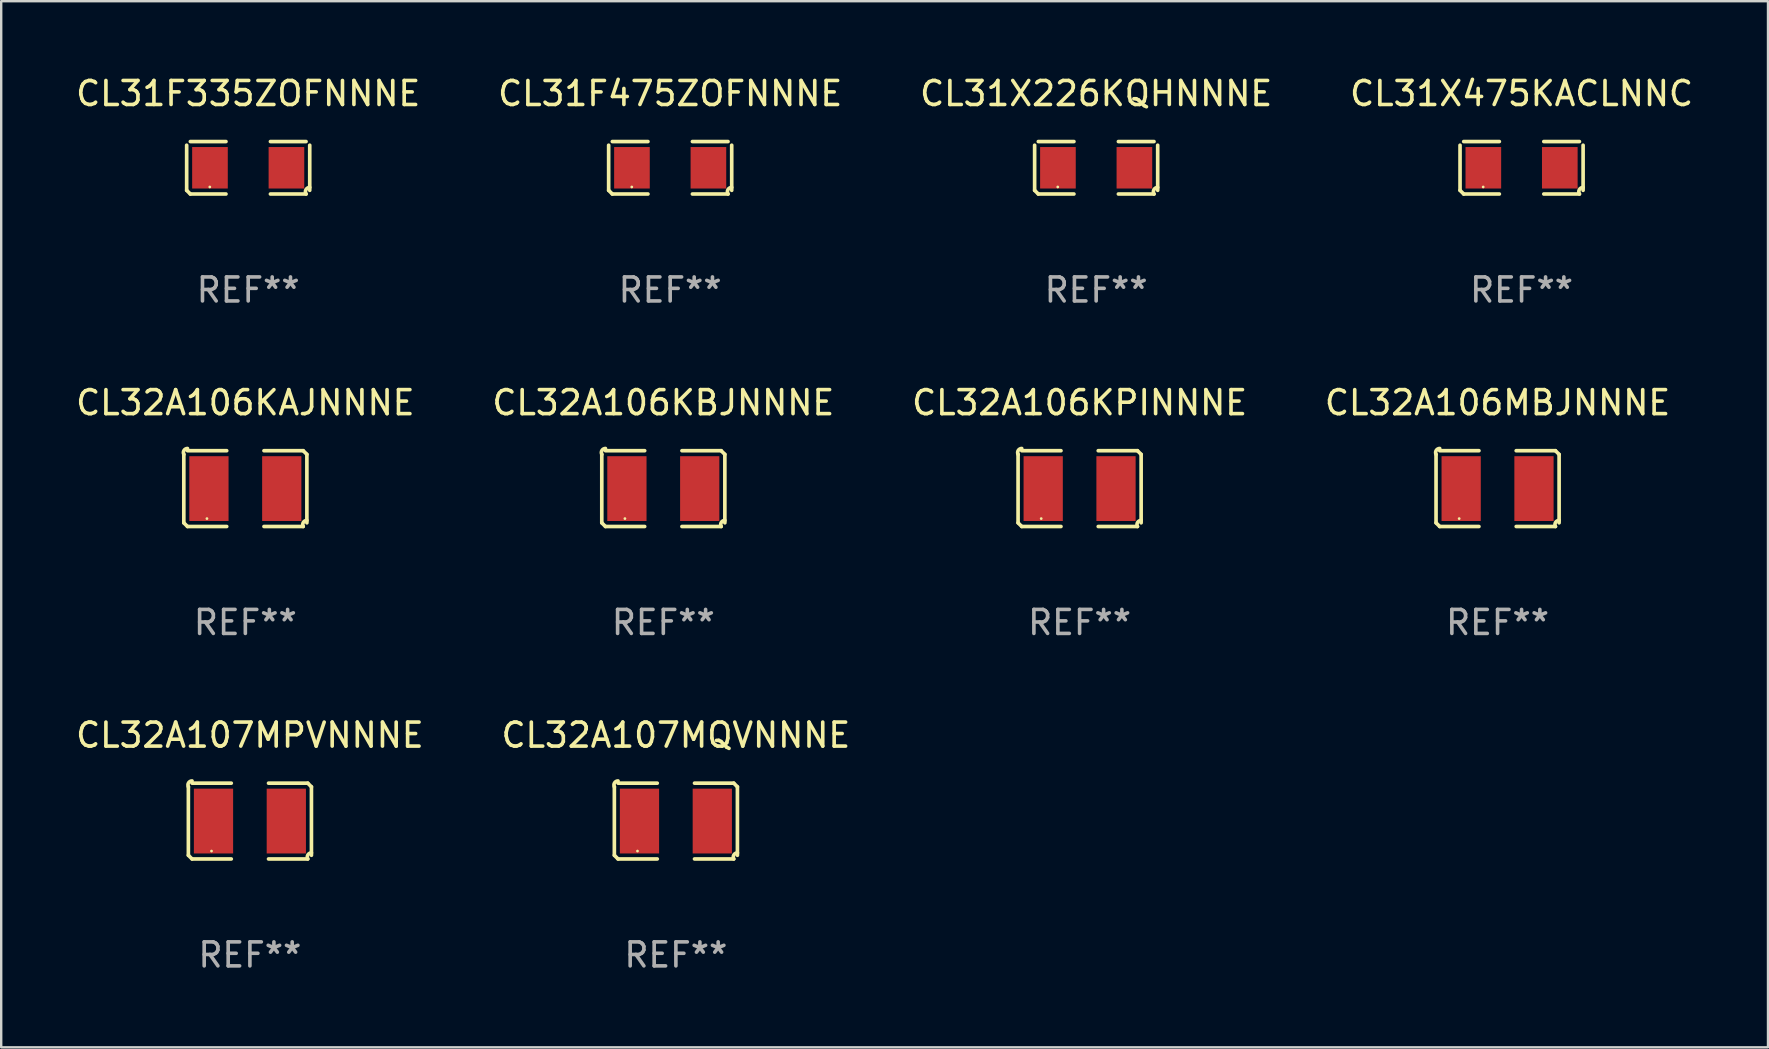
<source format=kicad_pcb>
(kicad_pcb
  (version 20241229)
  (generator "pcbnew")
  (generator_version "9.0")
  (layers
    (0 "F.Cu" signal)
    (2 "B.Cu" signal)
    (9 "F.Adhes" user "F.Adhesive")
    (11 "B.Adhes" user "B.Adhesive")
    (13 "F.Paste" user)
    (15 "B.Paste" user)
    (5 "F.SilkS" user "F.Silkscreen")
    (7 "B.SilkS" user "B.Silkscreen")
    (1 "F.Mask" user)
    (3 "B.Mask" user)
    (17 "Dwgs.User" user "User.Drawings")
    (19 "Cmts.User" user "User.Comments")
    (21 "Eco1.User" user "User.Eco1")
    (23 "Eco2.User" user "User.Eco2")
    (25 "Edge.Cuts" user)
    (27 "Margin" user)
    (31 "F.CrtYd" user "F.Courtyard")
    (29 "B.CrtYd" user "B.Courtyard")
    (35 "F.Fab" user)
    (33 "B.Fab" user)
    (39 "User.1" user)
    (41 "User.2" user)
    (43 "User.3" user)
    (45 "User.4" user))
  (footprint "CL31F475ZOFNNNE"
    (layer "F.Cu")
    (at 24.875 3.941)
    (property "Reference" "CL31F475ZOFNNNE" (at 0 -3.093 0) (layer "F.SilkS") (effects (font (size 1 1) (thickness 0.15))))
    (attr through_hole)
    (fp_line (start -2.564 0.94) (end -2.564 -0.94) (stroke (width 0.152) (type solid)) (layer "F.SilkS"))
    (fp_line (start -2.411 -1.093) (end -0.926 -1.093) (stroke (width 0.152) (type solid)) (layer "F.SilkS"))
    (fp_line (start -0.926 1.093) (end -2.411 1.093) (stroke (width 0.152) (type solid)) (layer "F.SilkS"))
    (fp_line (start 0.926 1.093) (end 2.411 1.093) (stroke (width 0.152) (type solid)) (layer "F.SilkS"))
    (fp_line (start 2.411 -1.093) (end 0.926 -1.093) (stroke (width 0.152) (type solid)) (layer "F.SilkS"))
    (fp_line (start 2.564 0.94) (end 2.564 -0.94) (stroke (width 0.152) (type solid)) (layer "F.SilkS"))
    (fp_arc (start -2.411201 1.092609) (mid -2.487413 1.01642) (end -2.563602 0.940208) (stroke (width 0.1524) (type solid)) (layer "F.SilkS"))
    (fp_arc (start 2.411201 1.092609) (mid 2.407159 0.911226) (end 2.563602 0.819347) (stroke (width 0.1524) (type solid)) (layer "F.SilkS"))
    (fp_circle (center -1.6 0.8) (end -1.57 0.8) (stroke (width 0.06) (type solid)) (fill no) (layer "F.SilkS"))
    (fp_text user "REF**" (at 0 5.093 0) (layer "F.Fab") (effects (font (size 1 1) (thickness 0.15))))
    (pad "1" smd rect (at -1.593 0) (size 1.485 1.728) (layers "F.Cu" "F.Mask" "F.Paste"))
    (pad "2" smd rect (at 1.593 0) (size 1.485 1.728) (layers "F.Cu" "F.Mask" "F.Paste")))
  (footprint "CL31X226KQHNNNE"
    (layer "F.Cu")
    (at 42.625 3.941)
    (property "Reference" "CL31X226KQHNNNE" (at 0 -3.093 0) (layer "F.SilkS") (effects (font (size 1 1) (thickness 0.15))))
    (attr through_hole)
    (fp_line (start -2.564 0.94) (end -2.564 -0.94) (stroke (width 0.152) (type solid)) (layer "F.SilkS"))
    (fp_line (start -2.411 -1.093) (end -0.926 -1.093) (stroke (width 0.152) (type solid)) (layer "F.SilkS"))
    (fp_line (start -0.926 1.093) (end -2.411 1.093) (stroke (width 0.152) (type solid)) (layer "F.SilkS"))
    (fp_line (start 0.926 1.093) (end 2.411 1.093) (stroke (width 0.152) (type solid)) (layer "F.SilkS"))
    (fp_line (start 2.411 -1.093) (end 0.926 -1.093) (stroke (width 0.152) (type solid)) (layer "F.SilkS"))
    (fp_line (start 2.564 0.94) (end 2.564 -0.94) (stroke (width 0.152) (type solid)) (layer "F.SilkS"))
    (fp_arc (start -2.411201 1.092609) (mid -2.487413 1.01642) (end -2.563602 0.940208) (stroke (width 0.1524) (type solid)) (layer "F.SilkS"))
    (fp_arc (start 2.411201 1.092609) (mid 2.407159 0.911226) (end 2.563602 0.819347) (stroke (width 0.1524) (type solid)) (layer "F.SilkS"))
    (fp_circle (center -1.6 0.8) (end -1.57 0.8) (stroke (width 0.06) (type solid)) (fill no) (layer "F.SilkS"))
    (fp_text user "REF**" (at 0 5.093 0) (layer "F.Fab") (effects (font (size 1 1) (thickness 0.15))))
    (pad "1" smd rect (at -1.593 0) (size 1.485 1.728) (layers "F.Cu" "F.Mask" "F.Paste"))
    (pad "2" smd rect (at 1.593 0) (size 1.485 1.728) (layers "F.Cu" "F.Mask" "F.Paste")))
  (footprint "CL32A106MBJNNNE"
    (layer "F.Cu")
    (at 59.351 17.309)
    (property "Reference" "CL32A106MBJNNNE" (at 0 -3.579 0) (layer "F.SilkS") (effects (font (size 1 1) (thickness 0.15))))
    (attr through_hole)
    (fp_line (start -2.564 1.426) (end -2.564 -1.426) (stroke (width 0.152) (type solid)) (layer "F.SilkS"))
    (fp_line (start -2.411 -1.579) (end -0.776 -1.579) (stroke (width 0.152) (type solid)) (layer "F.SilkS"))
    (fp_line (start -0.776 1.579) (end -2.411 1.579) (stroke (width 0.152) (type solid)) (layer "F.SilkS"))
    (fp_line (start 0.776 1.579) (end 2.411 1.579) (stroke (width 0.152) (type solid)) (layer "F.SilkS"))
    (fp_line (start 2.411 -1.579) (end 0.776 -1.579) (stroke (width 0.152) (type solid)) (layer "F.SilkS"))
    (fp_line (start 2.564 1.426) (end 2.564 -1.426) (stroke (width 0.152) (type solid)) (layer "F.SilkS"))
    (fp_arc (start -2.563602 -1.426213) (mid -2.555597 -1.591233) (end -2.411201 -1.671518) (stroke (width 0.1524) (type solid)) (layer "F.SilkS"))
    (fp_arc (start -2.5636 1.426214) (mid -2.487389 1.502402) (end -2.411201 1.578613) (stroke (width 0.1524) (type solid)) (layer "F.SilkS"))
    (fp_arc (start 2.411197 -1.578618) (mid 2.487403 -1.502419) (end 2.563602 -1.426213) (stroke (width 0.1524) (type solid)) (layer "F.SilkS"))
    (fp_arc (start 2.411201 1.578613) (mid 2.416214 1.409455) (end 2.563602 1.32629) (stroke (width 0.1524) (type solid)) (layer "F.SilkS"))
    (fp_circle (center -1.6 1.25) (end -1.57 1.25) (stroke (width 0.06) (type solid)) (fill no) (layer "F.SilkS"))
    (fp_text user "REF**" (at 0 5.579 0) (layer "F.Fab") (effects (font (size 1 1) (thickness 0.15))))
    (pad "1" smd rect (at -1.517 0) (size 1.635 2.7) (layers "F.Cu" "F.Mask" "F.Paste"))
    (pad "2" smd rect (at 1.517 0) (size 1.635 2.7) (layers "F.Cu" "F.Mask" "F.Paste")))
  (footprint "CL32A107MQVNNNE"
    (layer "F.Cu")
    (at 25.113 31.162)
    (property "Reference" "CL32A107MQVNNNE" (at 0 -3.579 0) (layer "F.SilkS") (effects (font (size 1 1) (thickness 0.15))))
    (attr through_hole)
    (fp_line (start -2.564 1.426) (end -2.564 -1.426) (stroke (width 0.152) (type solid)) (layer "F.SilkS"))
    (fp_line (start -2.411 -1.579) (end -0.776 -1.579) (stroke (width 0.152) (type solid)) (layer "F.SilkS"))
    (fp_line (start -0.776 1.579) (end -2.411 1.579) (stroke (width 0.152) (type solid)) (layer "F.SilkS"))
    (fp_line (start 0.776 1.579) (end 2.411 1.579) (stroke (width 0.152) (type solid)) (layer "F.SilkS"))
    (fp_line (start 2.411 -1.579) (end 0.776 -1.579) (stroke (width 0.152) (type solid)) (layer "F.SilkS"))
    (fp_line (start 2.564 1.426) (end 2.564 -1.426) (stroke (width 0.152) (type solid)) (layer "F.SilkS"))
    (fp_arc (start -2.563602 -1.426213) (mid -2.555597 -1.591233) (end -2.411201 -1.671518) (stroke (width 0.1524) (type solid)) (layer "F.SilkS"))
    (fp_arc (start -2.5636 1.426214) (mid -2.487389 1.502402) (end -2.411201 1.578613) (stroke (width 0.1524) (type solid)) (layer "F.SilkS"))
    (fp_arc (start 2.411197 -1.578618) (mid 2.487403 -1.502419) (end 2.563602 -1.426213) (stroke (width 0.1524) (type solid)) (layer "F.SilkS"))
    (fp_arc (start 2.411201 1.578613) (mid 2.416214 1.409455) (end 2.563602 1.32629) (stroke (width 0.1524) (type solid)) (layer "F.SilkS"))
    (fp_circle (center -1.6 1.25) (end -1.57 1.25) (stroke (width 0.06) (type solid)) (fill no) (layer "F.SilkS"))
    (fp_text user "REF**" (at 0 5.579 0) (layer "F.Fab") (effects (font (size 1 1) (thickness 0.15))))
    (pad "1" smd rect (at -1.517 0) (size 1.635 2.7) (layers "F.Cu" "F.Mask" "F.Paste"))
    (pad "2" smd rect (at 1.517 0) (size 1.635 2.7) (layers "F.Cu" "F.Mask" "F.Paste")))
  (footprint "CL31F335ZOFNNNE"
    (layer "F.Cu")
    (at 7.292 3.941)
    (property "Reference" "CL31F335ZOFNNNE" (at 0 -3.093 0) (layer "F.SilkS") (effects (font (size 1 1) (thickness 0.15))))
    (attr through_hole)
    (fp_line (start -2.564 0.94) (end -2.564 -0.94) (stroke (width 0.152) (type solid)) (layer "F.SilkS"))
    (fp_line (start -2.411 -1.093) (end -0.926 -1.093) (stroke (width 0.152) (type solid)) (layer "F.SilkS"))
    (fp_line (start -0.926 1.093) (end -2.411 1.093) (stroke (width 0.152) (type solid)) (layer "F.SilkS"))
    (fp_line (start 0.926 1.093) (end 2.411 1.093) (stroke (width 0.152) (type solid)) (layer "F.SilkS"))
    (fp_line (start 2.411 -1.093) (end 0.926 -1.093) (stroke (width 0.152) (type solid)) (layer "F.SilkS"))
    (fp_line (start 2.564 0.94) (end 2.564 -0.94) (stroke (width 0.152) (type solid)) (layer "F.SilkS"))
    (fp_arc (start -2.411201 1.092609) (mid -2.487413 1.01642) (end -2.563602 0.940208) (stroke (width 0.1524) (type solid)) (layer "F.SilkS"))
    (fp_arc (start 2.411201 1.092609) (mid 2.407159 0.911226) (end 2.563602 0.819347) (stroke (width 0.1524) (type solid)) (layer "F.SilkS"))
    (fp_circle (center -1.6 0.8) (end -1.57 0.8) (stroke (width 0.06) (type solid)) (fill no) (layer "F.SilkS"))
    (fp_text user "REF**" (at 0 5.093 0) (layer "F.Fab") (effects (font (size 1 1) (thickness 0.15))))
    (pad "1" smd rect (at -1.593 0) (size 1.485 1.728) (layers "F.Cu" "F.Mask" "F.Paste"))
    (pad "2" smd rect (at 1.593 0) (size 1.485 1.728) (layers "F.Cu" "F.Mask" "F.Paste")))
  (footprint "CL31X475KACLNNC"
    (layer "F.Cu")
    (at 60.351 3.941)
    (property "Reference" "CL31X475KACLNNC" (at 0 -3.093 0) (layer "F.SilkS") (effects (font (size 1 1) (thickness 0.15))))
    (attr through_hole)
    (fp_line (start -2.564 0.94) (end -2.564 -0.94) (stroke (width 0.152) (type solid)) (layer "F.SilkS"))
    (fp_line (start -2.411 -1.093) (end -0.926 -1.093) (stroke (width 0.152) (type solid)) (layer "F.SilkS"))
    (fp_line (start -0.926 1.093) (end -2.411 1.093) (stroke (width 0.152) (type solid)) (layer "F.SilkS"))
    (fp_line (start 0.926 1.093) (end 2.411 1.093) (stroke (width 0.152) (type solid)) (layer "F.SilkS"))
    (fp_line (start 2.411 -1.093) (end 0.926 -1.093) (stroke (width 0.152) (type solid)) (layer "F.SilkS"))
    (fp_line (start 2.564 0.94) (end 2.564 -0.94) (stroke (width 0.152) (type solid)) (layer "F.SilkS"))
    (fp_arc (start -2.411201 1.092609) (mid -2.487413 1.01642) (end -2.563602 0.940208) (stroke (width 0.1524) (type solid)) (layer "F.SilkS"))
    (fp_arc (start 2.411201 1.092609) (mid 2.407159 0.911226) (end 2.563602 0.819347) (stroke (width 0.1524) (type solid)) (layer "F.SilkS"))
    (fp_circle (center -1.6 0.8) (end -1.57 0.8) (stroke (width 0.06) (type solid)) (fill no) (layer "F.SilkS"))
    (fp_text user "REF**" (at 0 5.093 0) (layer "F.Fab") (effects (font (size 1 1) (thickness 0.15))))
    (pad "1" smd rect (at -1.593 0) (size 1.485 1.728) (layers "F.Cu" "F.Mask" "F.Paste"))
    (pad "2" smd rect (at 1.593 0) (size 1.485 1.728) (layers "F.Cu" "F.Mask" "F.Paste")))
  (footprint "CL32A107MPVNNNE"
    (layer "F.Cu")
    (at 7.363 31.162)
    (property "Reference" "CL32A107MPVNNNE" (at 0 -3.579 0) (layer "F.SilkS") (effects (font (size 1 1) (thickness 0.15))))
    (attr through_hole)
    (fp_line (start -2.564 1.426) (end -2.564 -1.426) (stroke (width 0.152) (type solid)) (layer "F.SilkS"))
    (fp_line (start -2.411 -1.579) (end -0.776 -1.579) (stroke (width 0.152) (type solid)) (layer "F.SilkS"))
    (fp_line (start -0.776 1.579) (end -2.411 1.579) (stroke (width 0.152) (type solid)) (layer "F.SilkS"))
    (fp_line (start 0.776 1.579) (end 2.411 1.579) (stroke (width 0.152) (type solid)) (layer "F.SilkS"))
    (fp_line (start 2.411 -1.579) (end 0.776 -1.579) (stroke (width 0.152) (type solid)) (layer "F.SilkS"))
    (fp_line (start 2.564 1.426) (end 2.564 -1.426) (stroke (width 0.152) (type solid)) (layer "F.SilkS"))
    (fp_arc (start -2.563602 -1.426213) (mid -2.555597 -1.591233) (end -2.411201 -1.671518) (stroke (width 0.1524) (type solid)) (layer "F.SilkS"))
    (fp_arc (start -2.5636 1.426214) (mid -2.487389 1.502402) (end -2.411201 1.578613) (stroke (width 0.1524) (type solid)) (layer "F.SilkS"))
    (fp_arc (start 2.411197 -1.578618) (mid 2.487403 -1.502419) (end 2.563602 -1.426213) (stroke (width 0.1524) (type solid)) (layer "F.SilkS"))
    (fp_arc (start 2.411201 1.578613) (mid 2.416214 1.409455) (end 2.563602 1.32629) (stroke (width 0.1524) (type solid)) (layer "F.SilkS"))
    (fp_circle (center -1.6 1.25) (end -1.57 1.25) (stroke (width 0.06) (type solid)) (fill no) (layer "F.SilkS"))
    (fp_text user "REF**" (at 0 5.579 0) (layer "F.Fab") (effects (font (size 1 1) (thickness 0.15))))
    (pad "1" smd rect (at -1.517 0) (size 1.635 2.7) (layers "F.Cu" "F.Mask" "F.Paste"))
    (pad "2" smd rect (at 1.517 0) (size 1.635 2.7) (layers "F.Cu" "F.Mask" "F.Paste")))
  (footprint "CL32A106KAJNNNE"
    (layer "F.Cu")
    (at 7.173 17.309)
    (property "Reference" "CL32A106KAJNNNE" (at 0 -3.579 0) (layer "F.SilkS") (effects (font (size 1 1) (thickness 0.15))))
    (attr through_hole)
    (fp_line (start -2.564 1.426) (end -2.564 -1.426) (stroke (width 0.152) (type solid)) (layer "F.SilkS"))
    (fp_line (start -2.411 -1.579) (end -0.776 -1.579) (stroke (width 0.152) (type solid)) (layer "F.SilkS"))
    (fp_line (start -0.776 1.579) (end -2.411 1.579) (stroke (width 0.152) (type solid)) (layer "F.SilkS"))
    (fp_line (start 0.776 1.579) (end 2.411 1.579) (stroke (width 0.152) (type solid)) (layer "F.SilkS"))
    (fp_line (start 2.411 -1.579) (end 0.776 -1.579) (stroke (width 0.152) (type solid)) (layer "F.SilkS"))
    (fp_line (start 2.564 1.426) (end 2.564 -1.426) (stroke (width 0.152) (type solid)) (layer "F.SilkS"))
    (fp_arc (start -2.563602 -1.426213) (mid -2.555597 -1.591233) (end -2.411201 -1.671518) (stroke (width 0.1524) (type solid)) (layer "F.SilkS"))
    (fp_arc (start -2.5636 1.426214) (mid -2.487389 1.502402) (end -2.411201 1.578613) (stroke (width 0.1524) (type solid)) (layer "F.SilkS"))
    (fp_arc (start 2.411197 -1.578618) (mid 2.487403 -1.502419) (end 2.563602 -1.426213) (stroke (width 0.1524) (type solid)) (layer "F.SilkS"))
    (fp_arc (start 2.411201 1.578613) (mid 2.416214 1.409455) (end 2.563602 1.32629) (stroke (width 0.1524) (type solid)) (layer "F.SilkS"))
    (fp_circle (center -1.6 1.25) (end -1.57 1.25) (stroke (width 0.06) (type solid)) (fill no) (layer "F.SilkS"))
    (fp_text user "REF**" (at 0 5.579 0) (layer "F.Fab") (effects (font (size 1 1) (thickness 0.15))))
    (pad "1" smd rect (at -1.517 0) (size 1.635 2.7) (layers "F.Cu" "F.Mask" "F.Paste"))
    (pad "2" smd rect (at 1.517 0) (size 1.635 2.7) (layers "F.Cu" "F.Mask" "F.Paste")))
  (footprint "CL32A106KPINNNE"
    (layer "F.Cu")
    (at 41.935 17.309)
    (property "Reference" "CL32A106KPINNNE" (at 0 -3.579 0) (layer "F.SilkS") (effects (font (size 1 1) (thickness 0.15))))
    (attr through_hole)
    (fp_line (start -2.564 1.426) (end -2.564 -1.426) (stroke (width 0.152) (type solid)) (layer "F.SilkS"))
    (fp_line (start -2.411 -1.579) (end -0.776 -1.579) (stroke (width 0.152) (type solid)) (layer "F.SilkS"))
    (fp_line (start -0.776 1.579) (end -2.411 1.579) (stroke (width 0.152) (type solid)) (layer "F.SilkS"))
    (fp_line (start 0.776 1.579) (end 2.411 1.579) (stroke (width 0.152) (type solid)) (layer "F.SilkS"))
    (fp_line (start 2.411 -1.579) (end 0.776 -1.579) (stroke (width 0.152) (type solid)) (layer "F.SilkS"))
    (fp_line (start 2.564 1.426) (end 2.564 -1.426) (stroke (width 0.152) (type solid)) (layer "F.SilkS"))
    (fp_arc (start -2.563602 -1.426213) (mid -2.555597 -1.591233) (end -2.411201 -1.671518) (stroke (width 0.1524) (type solid)) (layer "F.SilkS"))
    (fp_arc (start -2.5636 1.426214) (mid -2.487389 1.502402) (end -2.411201 1.578613) (stroke (width 0.1524) (type solid)) (layer "F.SilkS"))
    (fp_arc (start 2.411197 -1.578618) (mid 2.487403 -1.502419) (end 2.563602 -1.426213) (stroke (width 0.1524) (type solid)) (layer "F.SilkS"))
    (fp_arc (start 2.411201 1.578613) (mid 2.416214 1.409455) (end 2.563602 1.32629) (stroke (width 0.1524) (type solid)) (layer "F.SilkS"))
    (fp_circle (center -1.6 1.25) (end -1.57 1.25) (stroke (width 0.06) (type solid)) (fill no) (layer "F.SilkS"))
    (fp_text user "REF**" (at 0 5.579 0) (layer "F.Fab") (effects (font (size 1 1) (thickness 0.15))))
    (pad "1" smd rect (at -1.517 0) (size 1.635 2.7) (layers "F.Cu" "F.Mask" "F.Paste"))
    (pad "2" smd rect (at 1.517 0) (size 1.635 2.7) (layers "F.Cu" "F.Mask" "F.Paste")))
  (footprint "CL32A106KBJNNNE"
    (layer "F.Cu")
    (at 24.589 17.309)
    (property "Reference" "CL32A106KBJNNNE" (at 0 -3.579 0) (layer "F.SilkS") (effects (font (size 1 1) (thickness 0.15))))
    (attr through_hole)
    (fp_line (start -2.564 1.426) (end -2.564 -1.426) (stroke (width 0.152) (type solid)) (layer "F.SilkS"))
    (fp_line (start -2.411 -1.579) (end -0.776 -1.579) (stroke (width 0.152) (type solid)) (layer "F.SilkS"))
    (fp_line (start -0.776 1.579) (end -2.411 1.579) (stroke (width 0.152) (type solid)) (layer "F.SilkS"))
    (fp_line (start 0.776 1.579) (end 2.411 1.579) (stroke (width 0.152) (type solid)) (layer "F.SilkS"))
    (fp_line (start 2.411 -1.579) (end 0.776 -1.579) (stroke (width 0.152) (type solid)) (layer "F.SilkS"))
    (fp_line (start 2.564 1.426) (end 2.564 -1.426) (stroke (width 0.152) (type solid)) (layer "F.SilkS"))
    (fp_arc (start -2.563602 -1.426213) (mid -2.555597 -1.591233) (end -2.411201 -1.671518) (stroke (width 0.1524) (type solid)) (layer "F.SilkS"))
    (fp_arc (start -2.5636 1.426214) (mid -2.487389 1.502402) (end -2.411201 1.578613) (stroke (width 0.1524) (type solid)) (layer "F.SilkS"))
    (fp_arc (start 2.411197 -1.578618) (mid 2.487403 -1.502419) (end 2.563602 -1.426213) (stroke (width 0.1524) (type solid)) (layer "F.SilkS"))
    (fp_arc (start 2.411201 1.578613) (mid 2.416214 1.409455) (end 2.563602 1.32629) (stroke (width 0.1524) (type solid)) (layer "F.SilkS"))
    (fp_circle (center -1.6 1.25) (end -1.57 1.25) (stroke (width 0.06) (type solid)) (fill no) (layer "F.SilkS"))
    (fp_text user "REF**" (at 0 5.579 0) (layer "F.Fab") (effects (font (size 1 1) (thickness 0.15))))
    (pad "1" smd rect (at -1.517 0) (size 1.635 2.7) (layers "F.Cu" "F.Mask" "F.Paste"))
    (pad "2" smd rect (at 1.517 0) (size 1.635 2.7) (layers "F.Cu" "F.Mask" "F.Paste")))
  (gr_rect
    (start -3 -3)
    (end 70.619 40.589)
    (stroke (width 0.1) (type default))
    (fill no)
    (layer "Edge.Cuts")))
</source>
